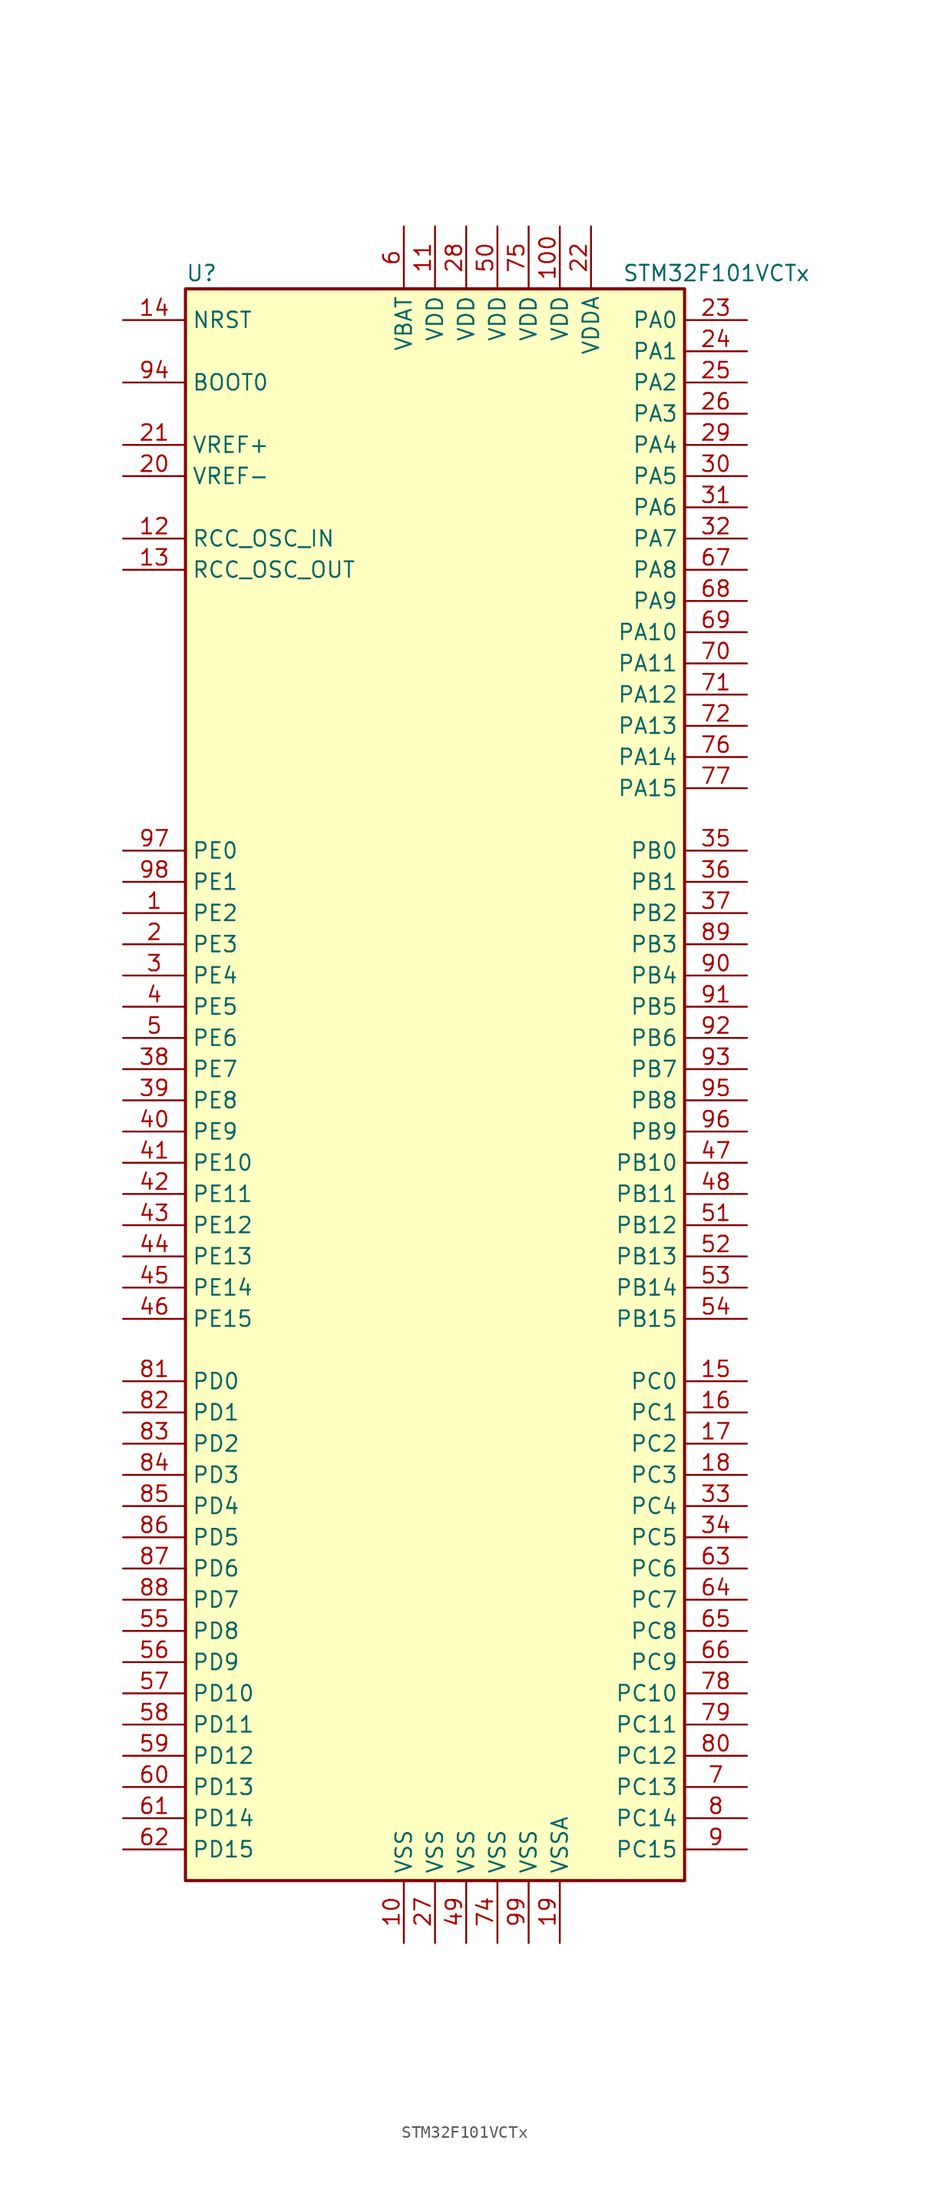
<source format=kicad_sym>
(kicad_symbol_lib
  (version 20201005)
  (generator kicad_symbol_editor)
  (symbol "STM32F101VCTx"
    (property "Reference" "U"
      (at -20.32 64.77 0)
      (effects (font (size 1.27 1.27)) (justify left)))
    (property "Value" "STM32F101VCTx"
      (at 15.24 64.77 0)
      (effects (font (size 1.27 1.27)) (justify left)))
    (symbol "STM32F101VCTx_0_1"
      (rectangle (start -20.32 -66.04) (end 20.32 63.5) (stroke (width 0.254)) (fill (type background))))
    (symbol "STM32F101VCTx_1_1"
      (pin bidirectional line (at -25.4 12.7 0) (length 5.08) (name "PE2" (effects (font (size 1.27 1.27)))) (number "1" (effects (font (size 1.27 1.27)))))
      (pin power_in line (at -2.54 -71.12 90) (length 5.08) (name "VSS" (effects (font (size 1.27 1.27)))) (number "10" (effects (font (size 1.27 1.27)))))
      (pin power_in line (at 10.16 68.58 270) (length 5.08) (name "VDD" (effects (font (size 1.27 1.27)))) (number "100" (effects (font (size 1.27 1.27)))))
      (pin power_in line (at 0 68.58 270) (length 5.08) (name "VDD" (effects (font (size 1.27 1.27)))) (number "11" (effects (font (size 1.27 1.27)))))
      (pin input line (at -25.4 43.18 0) (length 5.08) (name "RCC_OSC_IN" (effects (font (size 1.27 1.27)))) (number "12" (effects (font (size 1.27 1.27)))))
      (pin input line (at -25.4 40.64 0) (length 5.08) (name "RCC_OSC_OUT" (effects (font (size 1.27 1.27)))) (number "13" (effects (font (size 1.27 1.27)))))
      (pin input line (at -25.4 60.96 0) (length 5.08) (name "NRST" (effects (font (size 1.27 1.27)))) (number "14" (effects (font (size 1.27 1.27)))))
      (pin bidirectional line (at 25.4 -25.4 180) (length 5.08) (name "PC0" (effects (font (size 1.27 1.27)))) (number "15" (effects (font (size 1.27 1.27)))))
      (pin bidirectional line (at 25.4 -27.94 180) (length 5.08) (name "PC1" (effects (font (size 1.27 1.27)))) (number "16" (effects (font (size 1.27 1.27)))))
      (pin bidirectional line (at 25.4 -30.48 180) (length 5.08) (name "PC2" (effects (font (size 1.27 1.27)))) (number "17" (effects (font (size 1.27 1.27)))))
      (pin bidirectional line (at 25.4 -33.02 180) (length 5.08) (name "PC3" (effects (font (size 1.27 1.27)))) (number "18" (effects (font (size 1.27 1.27)))))
      (pin power_in line (at 10.16 -71.12 90) (length 5.08) (name "VSSA" (effects (font (size 1.27 1.27)))) (number "19" (effects (font (size 1.27 1.27)))))
      (pin bidirectional line (at -25.4 10.16 0) (length 5.08) (name "PE3" (effects (font (size 1.27 1.27)))) (number "2" (effects (font (size 1.27 1.27)))))
      (pin power_in line (at -25.4 48.26 0) (length 5.08) (name "VREF-" (effects (font (size 1.27 1.27)))) (number "20" (effects (font (size 1.27 1.27)))))
      (pin power_in line (at -25.4 50.8 0) (length 5.08) (name "VREF+" (effects (font (size 1.27 1.27)))) (number "21" (effects (font (size 1.27 1.27)))))
      (pin power_in line (at 12.7 68.58 270) (length 5.08) (name "VDDA" (effects (font (size 1.27 1.27)))) (number "22" (effects (font (size 1.27 1.27)))))
      (pin bidirectional line (at 25.4 60.96 180) (length 5.08) (name "PA0" (effects (font (size 1.27 1.27)))) (number "23" (effects (font (size 1.27 1.27)))))
      (pin bidirectional line (at 25.4 58.42 180) (length 5.08) (name "PA1" (effects (font (size 1.27 1.27)))) (number "24" (effects (font (size 1.27 1.27)))))
      (pin bidirectional line (at 25.4 55.88 180) (length 5.08) (name "PA2" (effects (font (size 1.27 1.27)))) (number "25" (effects (font (size 1.27 1.27)))))
      (pin bidirectional line (at 25.4 53.34 180) (length 5.08) (name "PA3" (effects (font (size 1.27 1.27)))) (number "26" (effects (font (size 1.27 1.27)))))
      (pin power_in line (at 0 -71.12 90) (length 5.08) (name "VSS" (effects (font (size 1.27 1.27)))) (number "27" (effects (font (size 1.27 1.27)))))
      (pin power_in line (at 2.54 68.58 270) (length 5.08) (name "VDD" (effects (font (size 1.27 1.27)))) (number "28" (effects (font (size 1.27 1.27)))))
      (pin bidirectional line (at 25.4 50.8 180) (length 5.08) (name "PA4" (effects (font (size 1.27 1.27)))) (number "29" (effects (font (size 1.27 1.27)))))
      (pin bidirectional line (at -25.4 7.62 0) (length 5.08) (name "PE4" (effects (font (size 1.27 1.27)))) (number "3" (effects (font (size 1.27 1.27)))))
      (pin bidirectional line (at 25.4 48.26 180) (length 5.08) (name "PA5" (effects (font (size 1.27 1.27)))) (number "30" (effects (font (size 1.27 1.27)))))
      (pin bidirectional line (at 25.4 45.72 180) (length 5.08) (name "PA6" (effects (font (size 1.27 1.27)))) (number "31" (effects (font (size 1.27 1.27)))))
      (pin bidirectional line (at 25.4 43.18 180) (length 5.08) (name "PA7" (effects (font (size 1.27 1.27)))) (number "32" (effects (font (size 1.27 1.27)))))
      (pin bidirectional line (at 25.4 -35.56 180) (length 5.08) (name "PC4" (effects (font (size 1.27 1.27)))) (number "33" (effects (font (size 1.27 1.27)))))
      (pin bidirectional line (at 25.4 -38.1 180) (length 5.08) (name "PC5" (effects (font (size 1.27 1.27)))) (number "34" (effects (font (size 1.27 1.27)))))
      (pin bidirectional line (at 25.4 17.78 180) (length 5.08) (name "PB0" (effects (font (size 1.27 1.27)))) (number "35" (effects (font (size 1.27 1.27)))))
      (pin bidirectional line (at 25.4 15.24 180) (length 5.08) (name "PB1" (effects (font (size 1.27 1.27)))) (number "36" (effects (font (size 1.27 1.27)))))
      (pin bidirectional line (at 25.4 12.7 180) (length 5.08) (name "PB2" (effects (font (size 1.27 1.27)))) (number "37" (effects (font (size 1.27 1.27)))))
      (pin bidirectional line (at -25.4 0 0) (length 5.08) (name "PE7" (effects (font (size 1.27 1.27)))) (number "38" (effects (font (size 1.27 1.27)))))
      (pin bidirectional line (at -25.4 -2.54 0) (length 5.08) (name "PE8" (effects (font (size 1.27 1.27)))) (number "39" (effects (font (size 1.27 1.27)))))
      (pin bidirectional line (at -25.4 5.08 0) (length 5.08) (name "PE5" (effects (font (size 1.27 1.27)))) (number "4" (effects (font (size 1.27 1.27)))))
      (pin bidirectional line (at -25.4 -5.08 0) (length 5.08) (name "PE9" (effects (font (size 1.27 1.27)))) (number "40" (effects (font (size 1.27 1.27)))))
      (pin bidirectional line (at -25.4 -7.62 0) (length 5.08) (name "PE10" (effects (font (size 1.27 1.27)))) (number "41" (effects (font (size 1.27 1.27)))))
      (pin bidirectional line (at -25.4 -10.16 0) (length 5.08) (name "PE11" (effects (font (size 1.27 1.27)))) (number "42" (effects (font (size 1.27 1.27)))))
      (pin bidirectional line (at -25.4 -12.7 0) (length 5.08) (name "PE12" (effects (font (size 1.27 1.27)))) (number "43" (effects (font (size 1.27 1.27)))))
      (pin bidirectional line (at -25.4 -15.24 0) (length 5.08) (name "PE13" (effects (font (size 1.27 1.27)))) (number "44" (effects (font (size 1.27 1.27)))))
      (pin bidirectional line (at -25.4 -17.78 0) (length 5.08) (name "PE14" (effects (font (size 1.27 1.27)))) (number "45" (effects (font (size 1.27 1.27)))))
      (pin bidirectional line (at -25.4 -20.32 0) (length 5.08) (name "PE15" (effects (font (size 1.27 1.27)))) (number "46" (effects (font (size 1.27 1.27)))))
      (pin bidirectional line (at 25.4 -7.62 180) (length 5.08) (name "PB10" (effects (font (size 1.27 1.27)))) (number "47" (effects (font (size 1.27 1.27)))))
      (pin bidirectional line (at 25.4 -10.16 180) (length 5.08) (name "PB11" (effects (font (size 1.27 1.27)))) (number "48" (effects (font (size 1.27 1.27)))))
      (pin power_in line (at 2.54 -71.12 90) (length 5.08) (name "VSS" (effects (font (size 1.27 1.27)))) (number "49" (effects (font (size 1.27 1.27)))))
      (pin bidirectional line (at -25.4 2.54 0) (length 5.08) (name "PE6" (effects (font (size 1.27 1.27)))) (number "5" (effects (font (size 1.27 1.27)))))
      (pin power_in line (at 5.08 68.58 270) (length 5.08) (name "VDD" (effects (font (size 1.27 1.27)))) (number "50" (effects (font (size 1.27 1.27)))))
      (pin bidirectional line (at 25.4 -12.7 180) (length 5.08) (name "PB12" (effects (font (size 1.27 1.27)))) (number "51" (effects (font (size 1.27 1.27)))))
      (pin bidirectional line (at 25.4 -15.24 180) (length 5.08) (name "PB13" (effects (font (size 1.27 1.27)))) (number "52" (effects (font (size 1.27 1.27)))))
      (pin bidirectional line (at 25.4 -17.78 180) (length 5.08) (name "PB14" (effects (font (size 1.27 1.27)))) (number "53" (effects (font (size 1.27 1.27)))))
      (pin bidirectional line (at 25.4 -20.32 180) (length 5.08) (name "PB15" (effects (font (size 1.27 1.27)))) (number "54" (effects (font (size 1.27 1.27)))))
      (pin bidirectional line (at -25.4 -45.72 0) (length 5.08) (name "PD8" (effects (font (size 1.27 1.27)))) (number "55" (effects (font (size 1.27 1.27)))))
      (pin bidirectional line (at -25.4 -48.26 0) (length 5.08) (name "PD9" (effects (font (size 1.27 1.27)))) (number "56" (effects (font (size 1.27 1.27)))))
      (pin bidirectional line (at -25.4 -50.8 0) (length 5.08) (name "PD10" (effects (font (size 1.27 1.27)))) (number "57" (effects (font (size 1.27 1.27)))))
      (pin bidirectional line (at -25.4 -53.34 0) (length 5.08) (name "PD11" (effects (font (size 1.27 1.27)))) (number "58" (effects (font (size 1.27 1.27)))))
      (pin bidirectional line (at -25.4 -55.88 0) (length 5.08) (name "PD12" (effects (font (size 1.27 1.27)))) (number "59" (effects (font (size 1.27 1.27)))))
      (pin power_in line (at -2.54 68.58 270) (length 5.08) (name "VBAT" (effects (font (size 1.27 1.27)))) (number "6" (effects (font (size 1.27 1.27)))))
      (pin bidirectional line (at -25.4 -58.42 0) (length 5.08) (name "PD13" (effects (font (size 1.27 1.27)))) (number "60" (effects (font (size 1.27 1.27)))))
      (pin bidirectional line (at -25.4 -60.96 0) (length 5.08) (name "PD14" (effects (font (size 1.27 1.27)))) (number "61" (effects (font (size 1.27 1.27)))))
      (pin bidirectional line (at -25.4 -63.5 0) (length 5.08) (name "PD15" (effects (font (size 1.27 1.27)))) (number "62" (effects (font (size 1.27 1.27)))))
      (pin bidirectional line (at 25.4 -40.64 180) (length 5.08) (name "PC6" (effects (font (size 1.27 1.27)))) (number "63" (effects (font (size 1.27 1.27)))))
      (pin bidirectional line (at 25.4 -43.18 180) (length 5.08) (name "PC7" (effects (font (size 1.27 1.27)))) (number "64" (effects (font (size 1.27 1.27)))))
      (pin bidirectional line (at 25.4 -45.72 180) (length 5.08) (name "PC8" (effects (font (size 1.27 1.27)))) (number "65" (effects (font (size 1.27 1.27)))))
      (pin bidirectional line (at 25.4 -48.26 180) (length 5.08) (name "PC9" (effects (font (size 1.27 1.27)))) (number "66" (effects (font (size 1.27 1.27)))))
      (pin bidirectional line (at 25.4 40.64 180) (length 5.08) (name "PA8" (effects (font (size 1.27 1.27)))) (number "67" (effects (font (size 1.27 1.27)))))
      (pin bidirectional line (at 25.4 38.1 180) (length 5.08) (name "PA9" (effects (font (size 1.27 1.27)))) (number "68" (effects (font (size 1.27 1.27)))))
      (pin bidirectional line (at 25.4 35.56 180) (length 5.08) (name "PA10" (effects (font (size 1.27 1.27)))) (number "69" (effects (font (size 1.27 1.27)))))
      (pin bidirectional line (at 25.4 -58.42 180) (length 5.08) (name "PC13" (effects (font (size 1.27 1.27)))) (number "7" (effects (font (size 1.27 1.27)))))
      (pin bidirectional line (at 25.4 33.02 180) (length 5.08) (name "PA11" (effects (font (size 1.27 1.27)))) (number "70" (effects (font (size 1.27 1.27)))))
      (pin bidirectional line (at 25.4 30.48 180) (length 5.08) (name "PA12" (effects (font (size 1.27 1.27)))) (number "71" (effects (font (size 1.27 1.27)))))
      (pin bidirectional line (at 25.4 27.94 180) (length 5.08) (name "PA13" (effects (font (size 1.27 1.27)))) (number "72" (effects (font (size 1.27 1.27)))))
      (pin no_connect line (at -20.32 -63.5 0) (length 5.08) hide (name "NC" (effects (font (size 1.27 1.27)))) (number "73" (effects (font (size 1.27 1.27)))))
      (pin power_in line (at 5.08 -71.12 90) (length 5.08) (name "VSS" (effects (font (size 1.27 1.27)))) (number "74" (effects (font (size 1.27 1.27)))))
      (pin power_in line (at 7.62 68.58 270) (length 5.08) (name "VDD" (effects (font (size 1.27 1.27)))) (number "75" (effects (font (size 1.27 1.27)))))
      (pin bidirectional line (at 25.4 25.4 180) (length 5.08) (name "PA14" (effects (font (size 1.27 1.27)))) (number "76" (effects (font (size 1.27 1.27)))))
      (pin bidirectional line (at 25.4 22.86 180) (length 5.08) (name "PA15" (effects (font (size 1.27 1.27)))) (number "77" (effects (font (size 1.27 1.27)))))
      (pin bidirectional line (at 25.4 -50.8 180) (length 5.08) (name "PC10" (effects (font (size 1.27 1.27)))) (number "78" (effects (font (size 1.27 1.27)))))
      (pin bidirectional line (at 25.4 -53.34 180) (length 5.08) (name "PC11" (effects (font (size 1.27 1.27)))) (number "79" (effects (font (size 1.27 1.27)))))
      (pin bidirectional line (at 25.4 -60.96 180) (length 5.08) (name "PC14" (effects (font (size 1.27 1.27)))) (number "8" (effects (font (size 1.27 1.27)))))
      (pin bidirectional line (at 25.4 -55.88 180) (length 5.08) (name "PC12" (effects (font (size 1.27 1.27)))) (number "80" (effects (font (size 1.27 1.27)))))
      (pin bidirectional line (at -25.4 -25.4 0) (length 5.08) (name "PD0" (effects (font (size 1.27 1.27)))) (number "81" (effects (font (size 1.27 1.27)))))
      (pin bidirectional line (at -25.4 -27.94 0) (length 5.08) (name "PD1" (effects (font (size 1.27 1.27)))) (number "82" (effects (font (size 1.27 1.27)))))
      (pin bidirectional line (at -25.4 -30.48 0) (length 5.08) (name "PD2" (effects (font (size 1.27 1.27)))) (number "83" (effects (font (size 1.27 1.27)))))
      (pin bidirectional line (at -25.4 -33.02 0) (length 5.08) (name "PD3" (effects (font (size 1.27 1.27)))) (number "84" (effects (font (size 1.27 1.27)))))
      (pin bidirectional line (at -25.4 -35.56 0) (length 5.08) (name "PD4" (effects (font (size 1.27 1.27)))) (number "85" (effects (font (size 1.27 1.27)))))
      (pin bidirectional line (at -25.4 -38.1 0) (length 5.08) (name "PD5" (effects (font (size 1.27 1.27)))) (number "86" (effects (font (size 1.27 1.27)))))
      (pin bidirectional line (at -25.4 -40.64 0) (length 5.08) (name "PD6" (effects (font (size 1.27 1.27)))) (number "87" (effects (font (size 1.27 1.27)))))
      (pin bidirectional line (at -25.4 -43.18 0) (length 5.08) (name "PD7" (effects (font (size 1.27 1.27)))) (number "88" (effects (font (size 1.27 1.27)))))
      (pin bidirectional line (at 25.4 10.16 180) (length 5.08) (name "PB3" (effects (font (size 1.27 1.27)))) (number "89" (effects (font (size 1.27 1.27)))))
      (pin bidirectional line (at 25.4 -63.5 180) (length 5.08) (name "PC15" (effects (font (size 1.27 1.27)))) (number "9" (effects (font (size 1.27 1.27)))))
      (pin bidirectional line (at 25.4 7.62 180) (length 5.08) (name "PB4" (effects (font (size 1.27 1.27)))) (number "90" (effects (font (size 1.27 1.27)))))
      (pin bidirectional line (at 25.4 5.08 180) (length 5.08) (name "PB5" (effects (font (size 1.27 1.27)))) (number "91" (effects (font (size 1.27 1.27)))))
      (pin bidirectional line (at 25.4 2.54 180) (length 5.08) (name "PB6" (effects (font (size 1.27 1.27)))) (number "92" (effects (font (size 1.27 1.27)))))
      (pin bidirectional line (at 25.4 0 180) (length 5.08) (name "PB7" (effects (font (size 1.27 1.27)))) (number "93" (effects (font (size 1.27 1.27)))))
      (pin input line (at -25.4 55.88 0) (length 5.08) (name "BOOT0" (effects (font (size 1.27 1.27)))) (number "94" (effects (font (size 1.27 1.27)))))
      (pin bidirectional line (at 25.4 -2.54 180) (length 5.08) (name "PB8" (effects (font (size 1.27 1.27)))) (number "95" (effects (font (size 1.27 1.27)))))
      (pin bidirectional line (at 25.4 -5.08 180) (length 5.08) (name "PB9" (effects (font (size 1.27 1.27)))) (number "96" (effects (font (size 1.27 1.27)))))
      (pin bidirectional line (at -25.4 17.78 0) (length 5.08) (name "PE0" (effects (font (size 1.27 1.27)))) (number "97" (effects (font (size 1.27 1.27)))))
      (pin bidirectional line (at -25.4 15.24 0) (length 5.08) (name "PE1" (effects (font (size 1.27 1.27)))) (number "98" (effects (font (size 1.27 1.27)))))
      (pin power_in line (at 7.62 -71.12 90) (length 5.08) (name "VSS" (effects (font (size 1.27 1.27)))) (number "99" (effects (font (size 1.27 1.27))))))))
</source>
